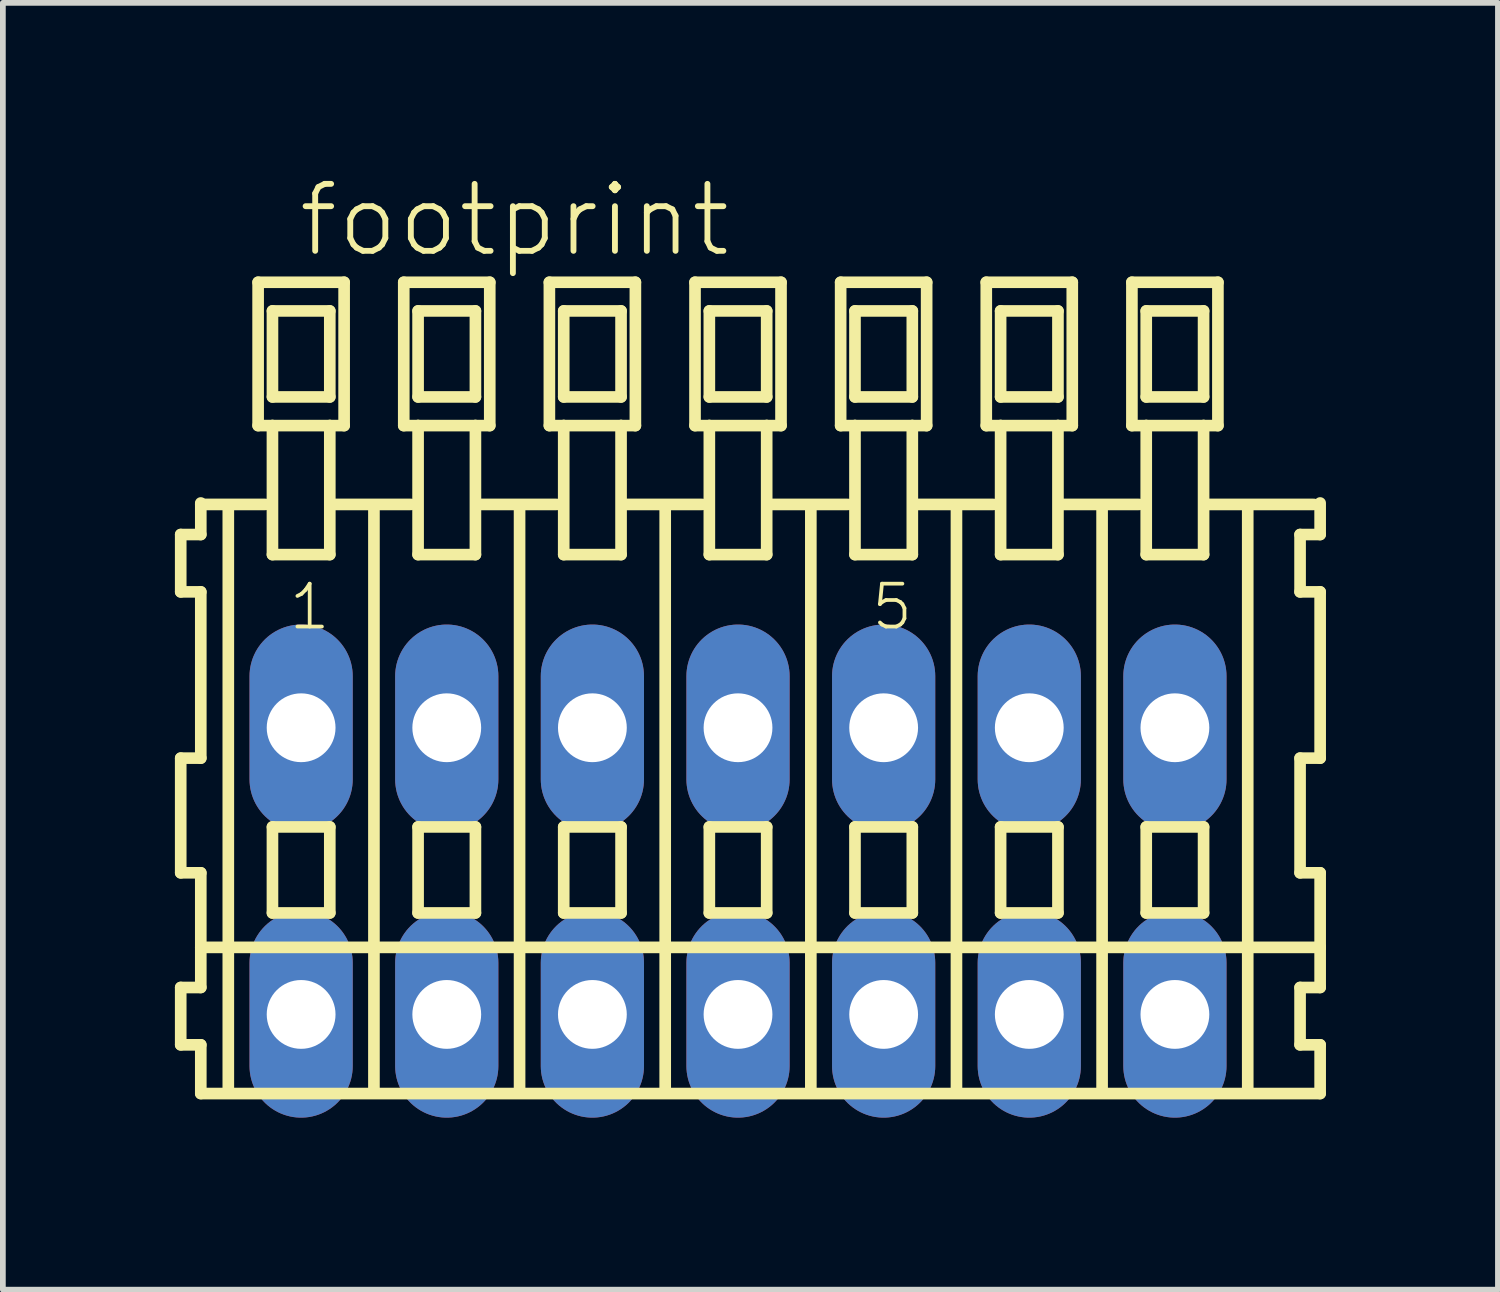
<source format=kicad_pcb>
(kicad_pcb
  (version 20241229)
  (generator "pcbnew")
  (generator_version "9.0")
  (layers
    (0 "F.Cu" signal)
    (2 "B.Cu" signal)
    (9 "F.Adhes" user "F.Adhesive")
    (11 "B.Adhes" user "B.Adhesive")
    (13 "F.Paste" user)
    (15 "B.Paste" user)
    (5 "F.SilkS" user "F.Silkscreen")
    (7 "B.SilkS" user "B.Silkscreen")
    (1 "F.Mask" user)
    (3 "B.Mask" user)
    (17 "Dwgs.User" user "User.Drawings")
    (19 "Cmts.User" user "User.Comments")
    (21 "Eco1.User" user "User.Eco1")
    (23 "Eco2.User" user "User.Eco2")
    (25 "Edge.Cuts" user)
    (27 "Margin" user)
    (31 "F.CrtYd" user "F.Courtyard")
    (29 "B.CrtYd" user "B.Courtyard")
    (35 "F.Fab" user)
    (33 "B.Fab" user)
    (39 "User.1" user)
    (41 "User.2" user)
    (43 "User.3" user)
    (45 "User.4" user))
  (footprint "footprint"
    (layer "F.Cu")
    (at 9.822 12.143)
    (property "Reference" "footprint" (at -7.72 -10.67 0) (layer "F.SilkS") (effects (font (size 1.168 1.168) (thickness 0.102)) (justify left bottom)))
    (fp_line (start -9.72 -5.87) (end -9.72 -4.87) (stroke (width 0.203) (type solid)) (layer "F.SilkS"))
    (fp_line (start -9.72 -4.87) (end -9.37 -4.87) (stroke (width 0.203) (type solid)) (layer "F.SilkS"))
    (fp_line (start -9.72 -1.97) (end -9.72 0.03) (stroke (width 0.203) (type solid)) (layer "F.SilkS"))
    (fp_line (start -9.72 0.03) (end -9.37 0.03) (stroke (width 0.203) (type solid)) (layer "F.SilkS"))
    (fp_line (start -9.72 2.03) (end -9.72 3.03) (stroke (width 0.203) (type solid)) (layer "F.SilkS"))
    (fp_line (start -9.72 3.03) (end -9.37 3.03) (stroke (width 0.203) (type solid)) (layer "F.SilkS"))
    (fp_line (start -9.37 -6.42) (end -9.37 -6.395) (stroke (width 0.203) (type solid)) (layer "F.SilkS"))
    (fp_line (start -9.37 -6.395) (end -9.37 -5.87) (stroke (width 0.203) (type solid)) (layer "F.SilkS"))
    (fp_line (start -9.37 -6.395) (end -8.245 -6.395) (stroke (width 0.203) (type solid)) (layer "F.SilkS"))
    (fp_line (start -9.37 -5.87) (end -9.72 -5.87) (stroke (width 0.203) (type solid)) (layer "F.SilkS"))
    (fp_line (start -9.37 -4.87) (end -9.37 -1.97) (stroke (width 0.203) (type solid)) (layer "F.SilkS"))
    (fp_line (start -9.37 -1.97) (end -9.72 -1.97) (stroke (width 0.203) (type solid)) (layer "F.SilkS"))
    (fp_line (start -9.37 0.03) (end -9.37 1.33) (stroke (width 0.203) (type solid)) (layer "F.SilkS"))
    (fp_line (start -9.37 1.33) (end -9.37 2.03) (stroke (width 0.203) (type solid)) (layer "F.SilkS"))
    (fp_line (start -9.37 1.33) (end 10.153 1.33) (stroke (width 0.203) (type solid)) (layer "F.SilkS"))
    (fp_line (start -9.37 2.03) (end -9.72 2.03) (stroke (width 0.203) (type solid)) (layer "F.SilkS"))
    (fp_line (start -9.37 3.03) (end -9.37 3.88) (stroke (width 0.203) (type solid)) (layer "F.SilkS"))
    (fp_line (start -9.37 3.88) (end 10.153 3.88) (stroke (width 0.203) (type solid)) (layer "F.SilkS"))
    (fp_line (start -8.89 3.83) (end -8.89 -6.33) (stroke (width 0.203) (type solid)) (layer "F.SilkS"))
    (fp_line (start -8.37 -10.27) (end -8.37 -7.77) (stroke (width 0.203) (type solid)) (layer "F.SilkS"))
    (fp_line (start -8.37 -7.77) (end -8.12 -7.77) (stroke (width 0.203) (type solid)) (layer "F.SilkS"))
    (fp_line (start -8.12 -9.77) (end -8.12 -8.27) (stroke (width 0.203) (type solid)) (layer "F.SilkS"))
    (fp_line (start -8.12 -8.27) (end -7.12 -8.27) (stroke (width 0.203) (type solid)) (layer "F.SilkS"))
    (fp_line (start -8.12 -7.77) (end -8.12 -5.52) (stroke (width 0.203) (type solid)) (layer "F.SilkS"))
    (fp_line (start -8.12 -7.77) (end -7.12 -7.77) (stroke (width 0.203) (type solid)) (layer "F.SilkS"))
    (fp_line (start -8.12 -5.52) (end -7.12 -5.52) (stroke (width 0.203) (type solid)) (layer "F.SilkS"))
    (fp_line (start -8.12 -0.77) (end -8.12 0.73) (stroke (width 0.203) (type solid)) (layer "F.SilkS"))
    (fp_line (start -8.12 0.73) (end -7.12 0.73) (stroke (width 0.203) (type solid)) (layer "F.SilkS"))
    (fp_line (start -7.12 -9.77) (end -8.12 -9.77) (stroke (width 0.203) (type solid)) (layer "F.SilkS"))
    (fp_line (start -7.12 -8.27) (end -7.12 -9.77) (stroke (width 0.203) (type solid)) (layer "F.SilkS"))
    (fp_line (start -7.12 -7.77) (end -6.87 -7.77) (stroke (width 0.203) (type solid)) (layer "F.SilkS"))
    (fp_line (start -7.12 -5.52) (end -7.12 -7.77) (stroke (width 0.203) (type solid)) (layer "F.SilkS"))
    (fp_line (start -7.12 -0.77) (end -8.12 -0.77) (stroke (width 0.203) (type solid)) (layer "F.SilkS"))
    (fp_line (start -7.12 0.73) (end -7.12 -0.77) (stroke (width 0.203) (type solid)) (layer "F.SilkS"))
    (fp_line (start -7.084 -6.395) (end -5.705 -6.395) (stroke (width 0.203) (type solid)) (layer "F.SilkS"))
    (fp_line (start -6.87 -10.27) (end -8.37 -10.27) (stroke (width 0.203) (type solid)) (layer "F.SilkS"))
    (fp_line (start -6.87 -7.77) (end -6.87 -10.27) (stroke (width 0.203) (type solid)) (layer "F.SilkS"))
    (fp_line (start -6.35 3.83) (end -6.35 -6.33) (stroke (width 0.203) (type solid)) (layer "F.SilkS"))
    (fp_line (start -5.83 -10.27) (end -5.83 -7.77) (stroke (width 0.203) (type solid)) (layer "F.SilkS"))
    (fp_line (start -5.83 -7.77) (end -5.58 -7.77) (stroke (width 0.203) (type solid)) (layer "F.SilkS"))
    (fp_line (start -5.58 -9.77) (end -5.58 -8.27) (stroke (width 0.203) (type solid)) (layer "F.SilkS"))
    (fp_line (start -5.58 -8.27) (end -4.58 -8.27) (stroke (width 0.203) (type solid)) (layer "F.SilkS"))
    (fp_line (start -5.58 -7.77) (end -5.58 -5.52) (stroke (width 0.203) (type solid)) (layer "F.SilkS"))
    (fp_line (start -5.58 -7.77) (end -4.58 -7.77) (stroke (width 0.203) (type solid)) (layer "F.SilkS"))
    (fp_line (start -5.58 -5.52) (end -4.58 -5.52) (stroke (width 0.203) (type solid)) (layer "F.SilkS"))
    (fp_line (start -5.58 -0.77) (end -5.58 0.73) (stroke (width 0.203) (type solid)) (layer "F.SilkS"))
    (fp_line (start -5.58 0.73) (end -4.58 0.73) (stroke (width 0.203) (type solid)) (layer "F.SilkS"))
    (fp_line (start -4.58 -9.77) (end -5.58 -9.77) (stroke (width 0.203) (type solid)) (layer "F.SilkS"))
    (fp_line (start -4.58 -8.27) (end -4.58 -9.77) (stroke (width 0.203) (type solid)) (layer "F.SilkS"))
    (fp_line (start -4.58 -7.77) (end -4.33 -7.77) (stroke (width 0.203) (type solid)) (layer "F.SilkS"))
    (fp_line (start -4.58 -5.52) (end -4.58 -7.77) (stroke (width 0.203) (type solid)) (layer "F.SilkS"))
    (fp_line (start -4.58 -0.77) (end -5.58 -0.77) (stroke (width 0.203) (type solid)) (layer "F.SilkS"))
    (fp_line (start -4.58 0.73) (end -4.58 -0.77) (stroke (width 0.203) (type solid)) (layer "F.SilkS"))
    (fp_line (start -4.544 -6.395) (end -3.165 -6.395) (stroke (width 0.203) (type solid)) (layer "F.SilkS"))
    (fp_line (start -4.33 -10.27) (end -5.83 -10.27) (stroke (width 0.203) (type solid)) (layer "F.SilkS"))
    (fp_line (start -4.33 -7.77) (end -4.33 -10.27) (stroke (width 0.203) (type solid)) (layer "F.SilkS"))
    (fp_line (start -3.81 3.83) (end -3.81 -6.33) (stroke (width 0.203) (type solid)) (layer "F.SilkS"))
    (fp_line (start -3.29 -10.27) (end -3.29 -7.77) (stroke (width 0.203) (type solid)) (layer "F.SilkS"))
    (fp_line (start -3.29 -7.77) (end -3.04 -7.77) (stroke (width 0.203) (type solid)) (layer "F.SilkS"))
    (fp_line (start -3.04 -9.77) (end -3.04 -8.27) (stroke (width 0.203) (type solid)) (layer "F.SilkS"))
    (fp_line (start -3.04 -8.27) (end -2.04 -8.27) (stroke (width 0.203) (type solid)) (layer "F.SilkS"))
    (fp_line (start -3.04 -7.77) (end -3.04 -5.52) (stroke (width 0.203) (type solid)) (layer "F.SilkS"))
    (fp_line (start -3.04 -7.77) (end -2.04 -7.77) (stroke (width 0.203) (type solid)) (layer "F.SilkS"))
    (fp_line (start -3.04 -5.52) (end -2.04 -5.52) (stroke (width 0.203) (type solid)) (layer "F.SilkS"))
    (fp_line (start -3.04 -0.77) (end -3.04 0.73) (stroke (width 0.203) (type solid)) (layer "F.SilkS"))
    (fp_line (start -3.04 0.73) (end -2.04 0.73) (stroke (width 0.203) (type solid)) (layer "F.SilkS"))
    (fp_line (start -2.04 -9.77) (end -3.04 -9.77) (stroke (width 0.203) (type solid)) (layer "F.SilkS"))
    (fp_line (start -2.04 -8.27) (end -2.04 -9.77) (stroke (width 0.203) (type solid)) (layer "F.SilkS"))
    (fp_line (start -2.04 -7.77) (end -1.79 -7.77) (stroke (width 0.203) (type solid)) (layer "F.SilkS"))
    (fp_line (start -2.04 -5.52) (end -2.04 -7.77) (stroke (width 0.203) (type solid)) (layer "F.SilkS"))
    (fp_line (start -2.04 -0.77) (end -3.04 -0.77) (stroke (width 0.203) (type solid)) (layer "F.SilkS"))
    (fp_line (start -2.04 0.73) (end -2.04 -0.77) (stroke (width 0.203) (type solid)) (layer "F.SilkS"))
    (fp_line (start -2.004 -6.395) (end -0.625 -6.395) (stroke (width 0.203) (type solid)) (layer "F.SilkS"))
    (fp_line (start -1.79 -10.27) (end -3.29 -10.27) (stroke (width 0.203) (type solid)) (layer "F.SilkS"))
    (fp_line (start -1.79 -7.77) (end -1.79 -10.27) (stroke (width 0.203) (type solid)) (layer "F.SilkS"))
    (fp_line (start -1.27 3.83) (end -1.27 -6.33) (stroke (width 0.203) (type solid)) (layer "F.SilkS"))
    (fp_line (start -0.75 -10.27) (end -0.75 -7.77) (stroke (width 0.203) (type solid)) (layer "F.SilkS"))
    (fp_line (start -0.75 -7.77) (end -0.5 -7.77) (stroke (width 0.203) (type solid)) (layer "F.SilkS"))
    (fp_line (start -0.5 -9.77) (end -0.5 -8.27) (stroke (width 0.203) (type solid)) (layer "F.SilkS"))
    (fp_line (start -0.5 -8.27) (end 0.5 -8.27) (stroke (width 0.203) (type solid)) (layer "F.SilkS"))
    (fp_line (start -0.5 -7.77) (end -0.5 -5.52) (stroke (width 0.203) (type solid)) (layer "F.SilkS"))
    (fp_line (start -0.5 -7.77) (end 0.5 -7.77) (stroke (width 0.203) (type solid)) (layer "F.SilkS"))
    (fp_line (start -0.5 -5.52) (end 0.5 -5.52) (stroke (width 0.203) (type solid)) (layer "F.SilkS"))
    (fp_line (start -0.5 -0.77) (end -0.5 0.73) (stroke (width 0.203) (type solid)) (layer "F.SilkS"))
    (fp_line (start -0.5 0.73) (end 0.5 0.73) (stroke (width 0.203) (type solid)) (layer "F.SilkS"))
    (fp_line (start 0.5 -9.77) (end -0.5 -9.77) (stroke (width 0.203) (type solid)) (layer "F.SilkS"))
    (fp_line (start 0.5 -8.27) (end 0.5 -9.77) (stroke (width 0.203) (type solid)) (layer "F.SilkS"))
    (fp_line (start 0.5 -7.77) (end 0.75 -7.77) (stroke (width 0.203) (type solid)) (layer "F.SilkS"))
    (fp_line (start 0.5 -5.52) (end 0.5 -7.77) (stroke (width 0.203) (type solid)) (layer "F.SilkS"))
    (fp_line (start 0.5 -0.77) (end -0.5 -0.77) (stroke (width 0.203) (type solid)) (layer "F.SilkS"))
    (fp_line (start 0.5 0.73) (end 0.5 -0.77) (stroke (width 0.203) (type solid)) (layer "F.SilkS"))
    (fp_line (start 0.536 -6.395) (end 1.915 -6.395) (stroke (width 0.203) (type solid)) (layer "F.SilkS"))
    (fp_line (start 0.75 -10.27) (end -0.75 -10.27) (stroke (width 0.203) (type solid)) (layer "F.SilkS"))
    (fp_line (start 0.75 -7.77) (end 0.75 -10.27) (stroke (width 0.203) (type solid)) (layer "F.SilkS"))
    (fp_line (start 1.27 3.83) (end 1.27 -6.33) (stroke (width 0.203) (type solid)) (layer "F.SilkS"))
    (fp_line (start 1.79 -10.27) (end 1.79 -7.77) (stroke (width 0.203) (type solid)) (layer "F.SilkS"))
    (fp_line (start 1.79 -7.77) (end 2.04 -7.77) (stroke (width 0.203) (type solid)) (layer "F.SilkS"))
    (fp_line (start 2.04 -9.77) (end 2.04 -8.27) (stroke (width 0.203) (type solid)) (layer "F.SilkS"))
    (fp_line (start 2.04 -8.27) (end 3.04 -8.27) (stroke (width 0.203) (type solid)) (layer "F.SilkS"))
    (fp_line (start 2.04 -7.77) (end 2.04 -5.52) (stroke (width 0.203) (type solid)) (layer "F.SilkS"))
    (fp_line (start 2.04 -7.77) (end 3.04 -7.77) (stroke (width 0.203) (type solid)) (layer "F.SilkS"))
    (fp_line (start 2.04 -5.52) (end 3.04 -5.52) (stroke (width 0.203) (type solid)) (layer "F.SilkS"))
    (fp_line (start 2.04 -0.77) (end 2.04 0.73) (stroke (width 0.203) (type solid)) (layer "F.SilkS"))
    (fp_line (start 2.04 0.73) (end 3.04 0.73) (stroke (width 0.203) (type solid)) (layer "F.SilkS"))
    (fp_line (start 3.04 -9.77) (end 2.04 -9.77) (stroke (width 0.203) (type solid)) (layer "F.SilkS"))
    (fp_line (start 3.04 -8.27) (end 3.04 -9.77) (stroke (width 0.203) (type solid)) (layer "F.SilkS"))
    (fp_line (start 3.04 -7.77) (end 3.29 -7.77) (stroke (width 0.203) (type solid)) (layer "F.SilkS"))
    (fp_line (start 3.04 -5.52) (end 3.04 -7.77) (stroke (width 0.203) (type solid)) (layer "F.SilkS"))
    (fp_line (start 3.04 -0.77) (end 2.04 -0.77) (stroke (width 0.203) (type solid)) (layer "F.SilkS"))
    (fp_line (start 3.04 0.73) (end 3.04 -0.77) (stroke (width 0.203) (type solid)) (layer "F.SilkS"))
    (fp_line (start 3.076 -6.395) (end 4.455 -6.395) (stroke (width 0.203) (type solid)) (layer "F.SilkS"))
    (fp_line (start 3.29 -10.27) (end 1.79 -10.27) (stroke (width 0.203) (type solid)) (layer "F.SilkS"))
    (fp_line (start 3.29 -7.77) (end 3.29 -10.27) (stroke (width 0.203) (type solid)) (layer "F.SilkS"))
    (fp_line (start 3.81 3.83) (end 3.81 -6.33) (stroke (width 0.203) (type solid)) (layer "F.SilkS"))
    (fp_line (start 4.33 -10.27) (end 4.33 -7.77) (stroke (width 0.203) (type solid)) (layer "F.SilkS"))
    (fp_line (start 4.33 -7.77) (end 4.58 -7.77) (stroke (width 0.203) (type solid)) (layer "F.SilkS"))
    (fp_line (start 4.58 -9.77) (end 4.58 -8.27) (stroke (width 0.203) (type solid)) (layer "F.SilkS"))
    (fp_line (start 4.58 -8.27) (end 5.58 -8.27) (stroke (width 0.203) (type solid)) (layer "F.SilkS"))
    (fp_line (start 4.58 -7.77) (end 4.58 -5.52) (stroke (width 0.203) (type solid)) (layer "F.SilkS"))
    (fp_line (start 4.58 -7.77) (end 5.58 -7.77) (stroke (width 0.203) (type solid)) (layer "F.SilkS"))
    (fp_line (start 4.58 -5.52) (end 5.58 -5.52) (stroke (width 0.203) (type solid)) (layer "F.SilkS"))
    (fp_line (start 4.58 -0.77) (end 4.58 0.73) (stroke (width 0.203) (type solid)) (layer "F.SilkS"))
    (fp_line (start 4.58 0.73) (end 5.58 0.73) (stroke (width 0.203) (type solid)) (layer "F.SilkS"))
    (fp_line (start 5.58 -9.77) (end 4.58 -9.77) (stroke (width 0.203) (type solid)) (layer "F.SilkS"))
    (fp_line (start 5.58 -8.27) (end 5.58 -9.77) (stroke (width 0.203) (type solid)) (layer "F.SilkS"))
    (fp_line (start 5.58 -7.77) (end 5.83 -7.77) (stroke (width 0.203) (type solid)) (layer "F.SilkS"))
    (fp_line (start 5.58 -5.52) (end 5.58 -7.77) (stroke (width 0.203) (type solid)) (layer "F.SilkS"))
    (fp_line (start 5.58 -0.77) (end 4.58 -0.77) (stroke (width 0.203) (type solid)) (layer "F.SilkS"))
    (fp_line (start 5.58 0.73) (end 5.58 -0.77) (stroke (width 0.203) (type solid)) (layer "F.SilkS"))
    (fp_line (start 5.616 -6.395) (end 6.995 -6.395) (stroke (width 0.203) (type solid)) (layer "F.SilkS"))
    (fp_line (start 5.83 -10.27) (end 4.33 -10.27) (stroke (width 0.203) (type solid)) (layer "F.SilkS"))
    (fp_line (start 5.83 -7.77) (end 5.83 -10.27) (stroke (width 0.203) (type solid)) (layer "F.SilkS"))
    (fp_line (start 6.35 3.83) (end 6.35 -6.33) (stroke (width 0.203) (type solid)) (layer "F.SilkS"))
    (fp_line (start 6.87 -10.27) (end 6.87 -7.77) (stroke (width 0.203) (type solid)) (layer "F.SilkS"))
    (fp_line (start 6.87 -7.77) (end 7.12 -7.77) (stroke (width 0.203) (type solid)) (layer "F.SilkS"))
    (fp_line (start 7.12 -9.77) (end 7.12 -8.27) (stroke (width 0.203) (type solid)) (layer "F.SilkS"))
    (fp_line (start 7.12 -8.27) (end 8.12 -8.27) (stroke (width 0.203) (type solid)) (layer "F.SilkS"))
    (fp_line (start 7.12 -7.77) (end 7.12 -5.52) (stroke (width 0.203) (type solid)) (layer "F.SilkS"))
    (fp_line (start 7.12 -7.77) (end 8.12 -7.77) (stroke (width 0.203) (type solid)) (layer "F.SilkS"))
    (fp_line (start 7.12 -5.52) (end 8.12 -5.52) (stroke (width 0.203) (type solid)) (layer "F.SilkS"))
    (fp_line (start 7.12 -0.77) (end 7.12 0.73) (stroke (width 0.203) (type solid)) (layer "F.SilkS"))
    (fp_line (start 7.12 0.73) (end 8.12 0.73) (stroke (width 0.203) (type solid)) (layer "F.SilkS"))
    (fp_line (start 8.12 -9.77) (end 7.12 -9.77) (stroke (width 0.203) (type solid)) (layer "F.SilkS"))
    (fp_line (start 8.12 -8.27) (end 8.12 -9.77) (stroke (width 0.203) (type solid)) (layer "F.SilkS"))
    (fp_line (start 8.12 -7.77) (end 8.37 -7.77) (stroke (width 0.203) (type solid)) (layer "F.SilkS"))
    (fp_line (start 8.12 -5.52) (end 8.12 -7.77) (stroke (width 0.203) (type solid)) (layer "F.SilkS"))
    (fp_line (start 8.12 -0.77) (end 7.12 -0.77) (stroke (width 0.203) (type solid)) (layer "F.SilkS"))
    (fp_line (start 8.12 0.73) (end 8.12 -0.77) (stroke (width 0.203) (type solid)) (layer "F.SilkS"))
    (fp_line (start 8.156 -6.395) (end 10.043 -6.395) (stroke (width 0.203) (type solid)) (layer "F.SilkS"))
    (fp_line (start 8.37 -10.27) (end 6.87 -10.27) (stroke (width 0.203) (type solid)) (layer "F.SilkS"))
    (fp_line (start 8.37 -7.77) (end 8.37 -10.27) (stroke (width 0.203) (type solid)) (layer "F.SilkS"))
    (fp_line (start 8.89 3.83) (end 8.89 -6.33) (stroke (width 0.203) (type solid)) (layer "F.SilkS"))
    (fp_line (start 9.803 -5.87) (end 9.803 -4.87) (stroke (width 0.203) (type solid)) (layer "F.SilkS"))
    (fp_line (start 9.803 -4.87) (end 10.153 -4.87) (stroke (width 0.203) (type solid)) (layer "F.SilkS"))
    (fp_line (start 9.803 -1.97) (end 9.803 0.03) (stroke (width 0.203) (type solid)) (layer "F.SilkS"))
    (fp_line (start 9.803 0.03) (end 10.153 0.03) (stroke (width 0.203) (type solid)) (layer "F.SilkS"))
    (fp_line (start 9.803 2.03) (end 9.803 3.03) (stroke (width 0.203) (type solid)) (layer "F.SilkS"))
    (fp_line (start 9.803 3.03) (end 10.153 3.03) (stroke (width 0.203) (type solid)) (layer "F.SilkS"))
    (fp_line (start 10.153 -5.87) (end 9.803 -5.87) (stroke (width 0.203) (type solid)) (layer "F.SilkS"))
    (fp_line (start 10.153 -5.87) (end 10.153 -6.42) (stroke (width 0.203) (type solid)) (layer "F.SilkS"))
    (fp_line (start 10.153 -1.97) (end 9.803 -1.97) (stroke (width 0.203) (type solid)) (layer "F.SilkS"))
    (fp_line (start 10.153 -1.97) (end 10.153 -4.87) (stroke (width 0.203) (type solid)) (layer "F.SilkS"))
    (fp_line (start 10.153 1.33) (end 10.153 0.03) (stroke (width 0.203) (type solid)) (layer "F.SilkS"))
    (fp_line (start 10.153 2.03) (end 9.803 2.03) (stroke (width 0.203) (type solid)) (layer "F.SilkS"))
    (fp_line (start 10.153 2.03) (end 10.153 1.33) (stroke (width 0.203) (type solid)) (layer "F.SilkS"))
    (fp_line (start 10.153 3.88) (end 10.153 3.03) (stroke (width 0.203) (type solid)) (layer "F.SilkS"))
    (fp_text user "5" (at 2.29 -4.17 0) (layer "F.SilkS") (effects (font (size 0.748 0.748) (thickness 0.065)) (justify left bottom)))
    (fp_text user "1" (at -7.87 -4.17 0) (layer "F.SilkS") (effects (font (size 0.748 0.748) (thickness 0.065)) (justify left bottom)))
    (pad "A1" thru_hole oval (at -7.62 -2.5 90) (size 3.6 1.8) (drill 1.2) (layers "*.Cu" "*.Mask"))
    (pad "A2" thru_hole oval (at -5.08 -2.5 90) (size 3.6 1.8) (drill 1.2) (layers "*.Cu" "*.Mask"))
    (pad "A3" thru_hole oval (at -2.54 -2.5 90) (size 3.6 1.8) (drill 1.2) (layers "*.Cu" "*.Mask"))
    (pad "A4" thru_hole oval (at 0 -2.5 90) (size 3.6 1.8) (drill 1.2) (layers "*.Cu" "*.Mask"))
    (pad "A5" thru_hole oval (at 2.54 -2.5 90) (size 3.6 1.8) (drill 1.2) (layers "*.Cu" "*.Mask"))
    (pad "A6" thru_hole oval (at 5.08 -2.5 90) (size 3.6 1.8) (drill 1.2) (layers "*.Cu" "*.Mask"))
    (pad "A7" thru_hole oval (at 7.62 -2.5 90) (size 3.6 1.8) (drill 1.2) (layers "*.Cu" "*.Mask"))
    (pad "B1" thru_hole oval (at -7.62 2.5 90) (size 3.6 1.8) (drill 1.2) (layers "*.Cu" "*.Mask"))
    (pad "B2" thru_hole oval (at -5.08 2.5 90) (size 3.6 1.8) (drill 1.2) (layers "*.Cu" "*.Mask"))
    (pad "B3" thru_hole oval (at -2.54 2.5 90) (size 3.6 1.8) (drill 1.2) (layers "*.Cu" "*.Mask"))
    (pad "B4" thru_hole oval (at 0 2.5 90) (size 3.6 1.8) (drill 1.2) (layers "*.Cu" "*.Mask"))
    (pad "B5" thru_hole oval (at 2.54 2.5 90) (size 3.6 1.8) (drill 1.2) (layers "*.Cu" "*.Mask"))
    (pad "B6" thru_hole oval (at 5.08 2.5 90) (size 3.6 1.8) (drill 1.2) (layers "*.Cu" "*.Mask"))
    (pad "B7" thru_hole oval (at 7.62 2.5 90) (size 3.6 1.8) (drill 1.2) (layers "*.Cu" "*.Mask")))
  (gr_rect
    (start -3 -3)
    (end 23.076 19.443)
    (stroke (width 0.1) (type default))
    (fill no)
    (layer "Edge.Cuts")))
</source>
